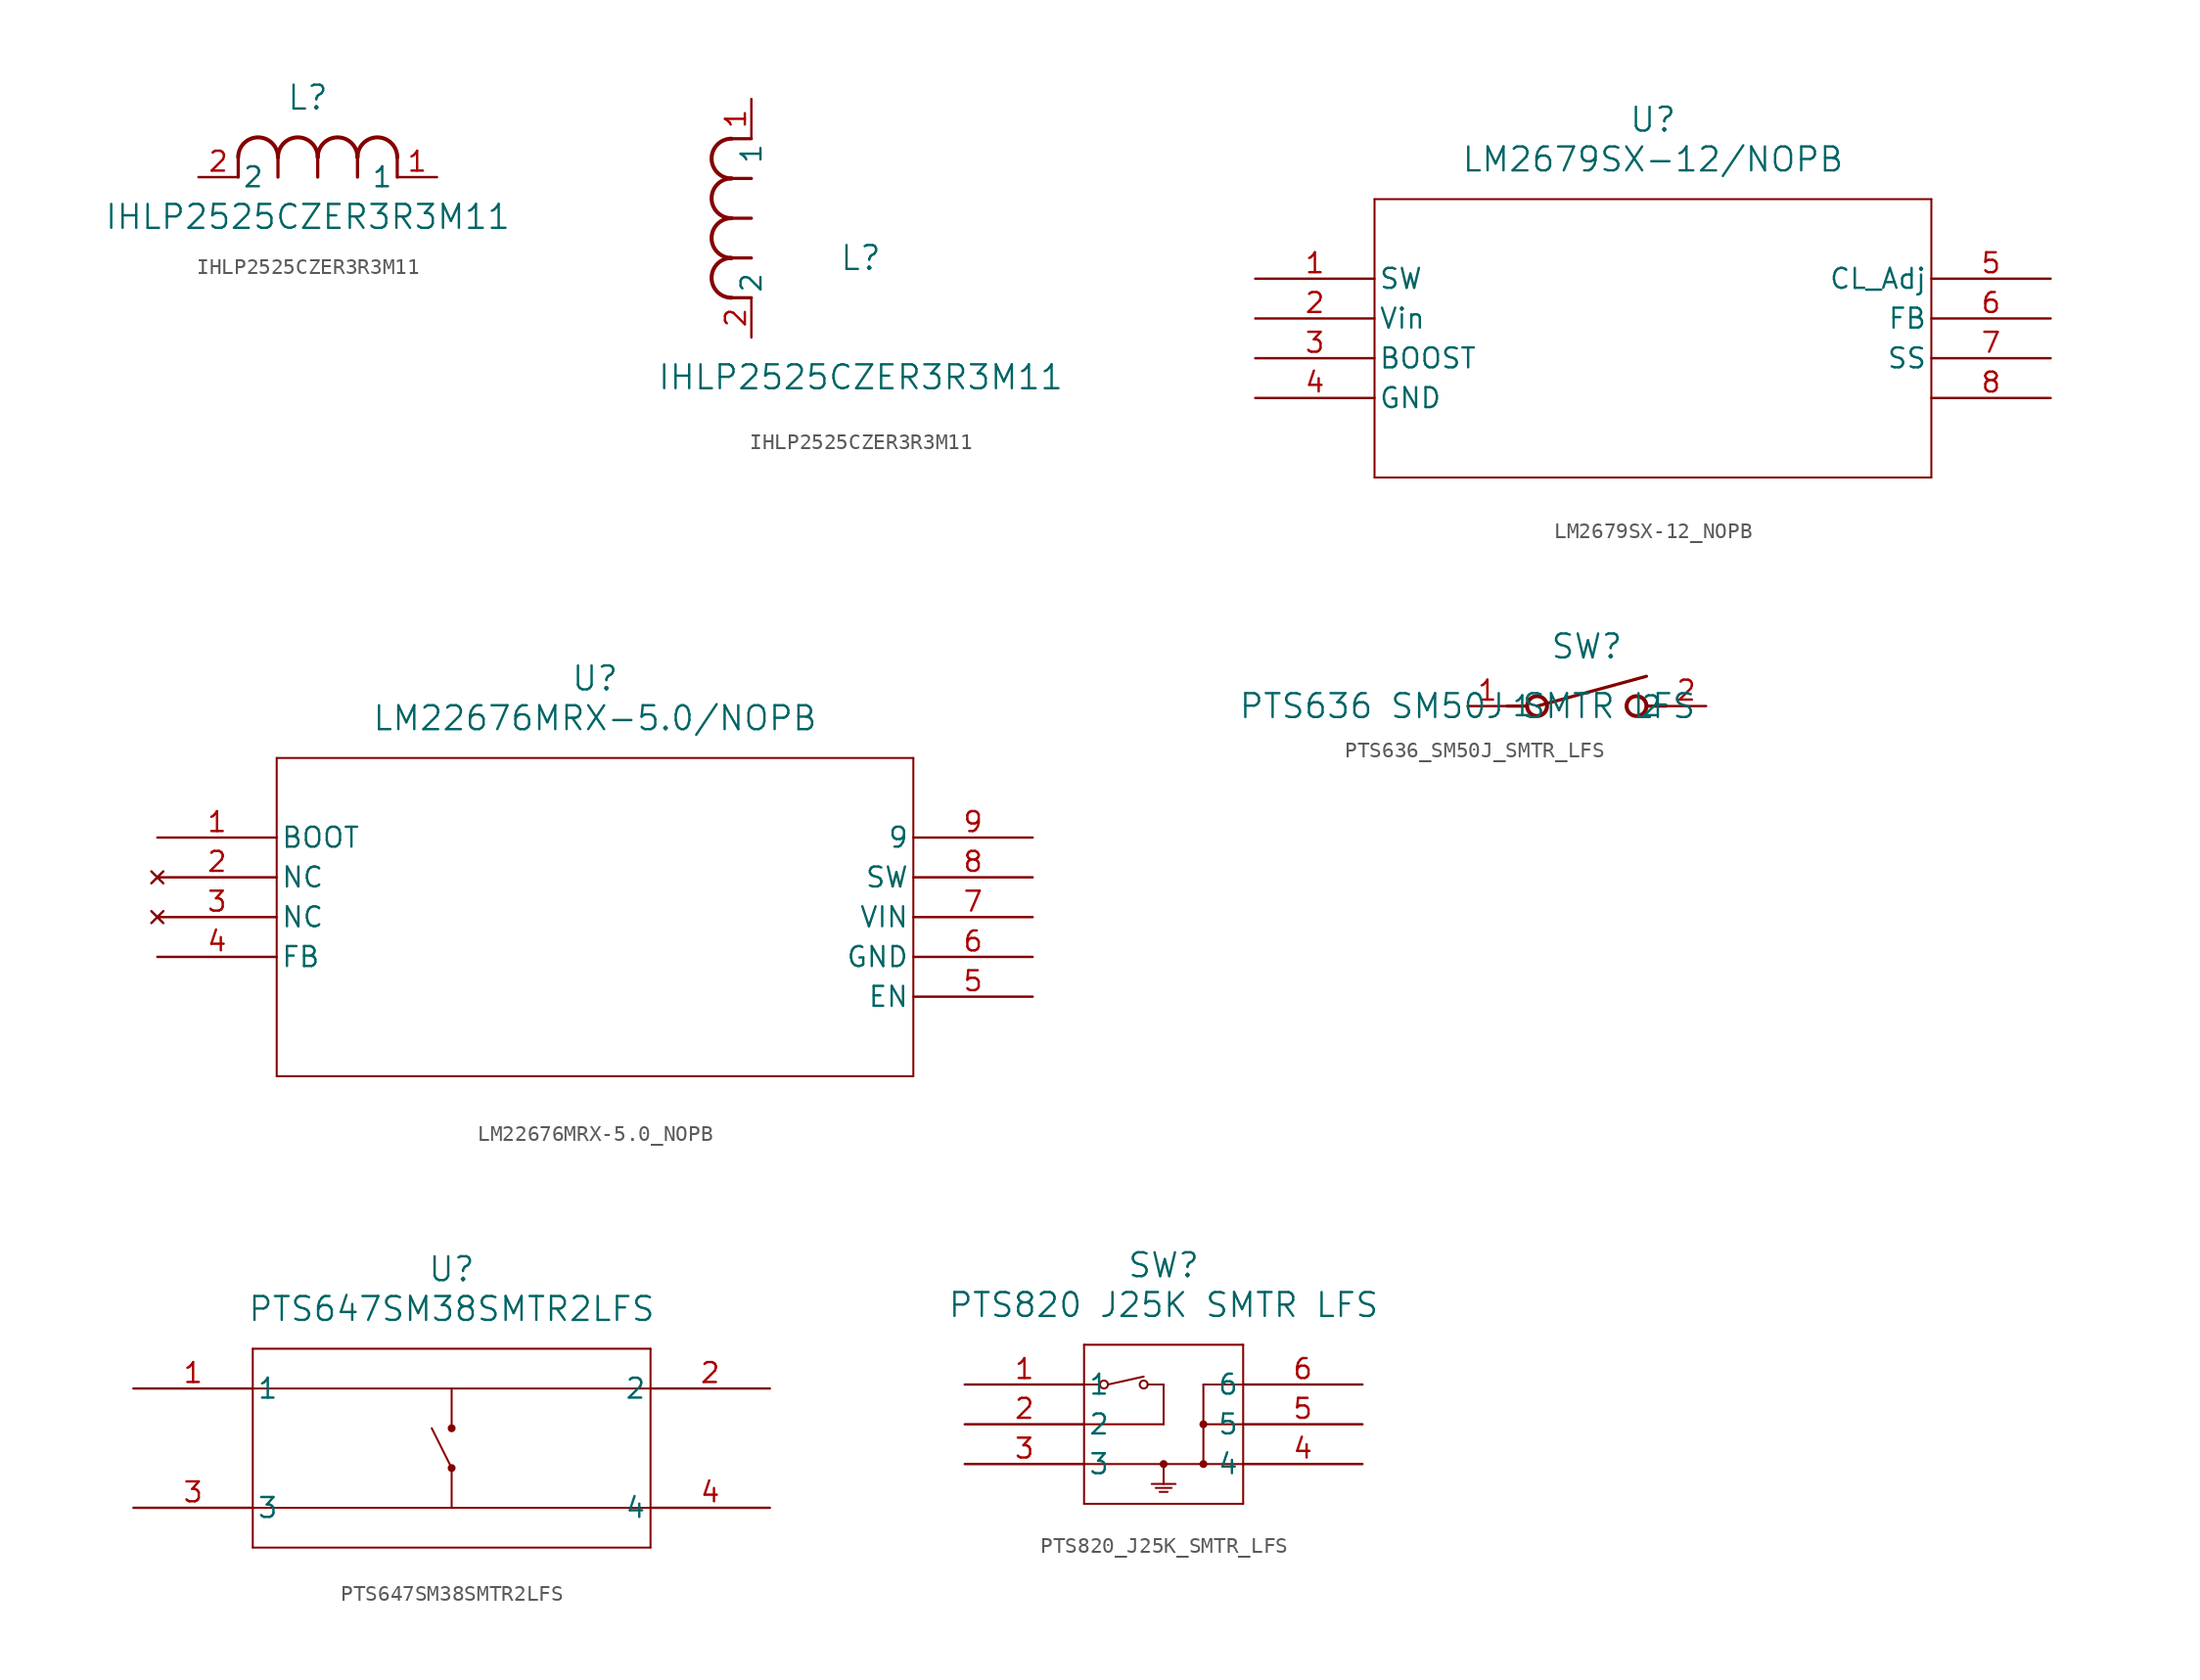
<source format=kicad_sym>
(kicad_symbol_lib
  (version 20231120)
  (generator "kicad_symbol_editor")
  (generator_version "8.0")
  (symbol "IHLP2525CZER3R3M11"
    (pin_names
      (offset 0.254))
    (property "Reference" "L"
      (at 6.985 5.08 0)
      (effects (font (size 1.524 1.524))))
    (property "Value" "IHLP2525CZER3R3M11"
      (at 6.985 -2.54 0)
      (effects (font (size 1.524 1.524))))
    (property "ki_locked" ""
      (at 0 0 0)
      (effects (font (size 1.27 1.27))))
    (symbol "IHLP2525CZER3R3M11_1_1"
      (polyline (pts (xy 2.54 0) (xy 2.54 1.27)) (stroke (width 0.203) (type default)) (fill (type none)))
      (polyline (pts (xy 5.08 0) (xy 5.08 1.27)) (stroke (width 0.203) (type default)) (fill (type none)))
      (polyline (pts (xy 7.62 0) (xy 7.62 1.27)) (stroke (width 0.203) (type default)) (fill (type none)))
      (polyline (pts (xy 10.16 0) (xy 10.16 1.27)) (stroke (width 0.203) (type default)) (fill (type none)))
      (polyline (pts (xy 12.7 0) (xy 12.7 1.27)) (stroke (width 0.203) (type default)) (fill (type none)))
      (arc (start 5.08 1.27) (mid 3.81 2.5344) (end 2.54 1.27) (stroke (width 0.254) (type default)) (fill (type none)))
      (arc (start 7.62 1.27) (mid 6.35 2.5344) (end 5.08 1.27) (stroke (width 0.254) (type default)) (fill (type none)))
      (arc (start 10.16 1.27) (mid 8.89 2.5344) (end 7.62 1.27) (stroke (width 0.254) (type default)) (fill (type none)))
      (arc (start 12.7 1.27) (mid 11.43 2.5344) (end 10.16 1.27) (stroke (width 0.254) (type default)) (fill (type none)))
      (pin unspecified line (at 15.24 0 180) (length 2.54) (name "1" (effects (font (size 1.27 1.27)))) (number "1" (effects (font (size 1.27 1.27)))))
      (pin unspecified line (at 0 0 0) (length 2.54) (name "2" (effects (font (size 1.27 1.27)))) (number "2" (effects (font (size 1.27 1.27))))))
    (symbol "IHLP2525CZER3R3M11_1_2"
      (arc (start -1.27 5.08) (mid -2.5344 3.81) (end -1.27 2.54) (stroke (width 0.254) (type default)) (fill (type none)))
      (arc (start -1.27 7.62) (mid -2.5344 6.35) (end -1.27 5.08) (stroke (width 0.254) (type default)) (fill (type none)))
      (arc (start -1.27 10.16) (mid -2.5344 8.89) (end -1.27 7.62) (stroke (width 0.254) (type default)) (fill (type none)))
      (arc (start -1.27 12.7) (mid -2.5344 11.43) (end -1.27 10.16) (stroke (width 0.254) (type default)) (fill (type none)))
      (polyline (pts (xy 0 2.54) (xy -1.27 2.54)) (stroke (width 0.203) (type default)) (fill (type none)))
      (polyline (pts (xy 0 5.08) (xy -1.27 5.08)) (stroke (width 0.203) (type default)) (fill (type none)))
      (polyline (pts (xy 0 7.62) (xy -1.27 7.62)) (stroke (width 0.203) (type default)) (fill (type none)))
      (polyline (pts (xy 0 10.16) (xy -1.27 10.16)) (stroke (width 0.203) (type default)) (fill (type none)))
      (polyline (pts (xy 0 12.7) (xy -1.27 12.7)) (stroke (width 0.203) (type default)) (fill (type none)))
      (pin unspecified line (at 0 15.24 270) (length 2.54) (name "1" (effects (font (size 1.27 1.27)))) (number "1" (effects (font (size 1.27 1.27)))))
      (pin unspecified line (at 0 0 90) (length 2.54) (name "2" (effects (font (size 1.27 1.27)))) (number "2" (effects (font (size 1.27 1.27)))))))
  (symbol "LM2679SX-12_NOPB"
    (pin_names
      (offset 0.254))
    (property "Reference" "U"
      (at 25.4 10.16 0)
      (effects (font (size 1.524 1.524))))
    (property "Value" "LM2679SX-12/NOPB"
      (at 25.4 7.62 0)
      (effects (font (size 1.524 1.524))))
    (symbol "LM2679SX-12_NOPB_0_1"
      (polyline (pts (xy 7.62 -12.7) (xy 43.18 -12.7)) (stroke (width 0.127) (type default)) (fill (type none)))
      (polyline (pts (xy 7.62 5.08) (xy 7.62 -12.7)) (stroke (width 0.127) (type default)) (fill (type none)))
      (polyline (pts (xy 43.18 -12.7) (xy 43.18 5.08)) (stroke (width 0.127) (type default)) (fill (type none)))
      (polyline (pts (xy 43.18 5.08) (xy 7.62 5.08)) (stroke (width 0.127) (type default)) (fill (type none)))
      (pin output line (at 0 0 0) (length 7.62) (name "SW" (effects (font (size 1.27 1.27)))) (number "1" (effects (font (size 1.27 1.27)))))
      (pin input line (at 0 -2.54 0) (length 7.62) (name "Vin" (effects (font (size 1.27 1.27)))) (number "2" (effects (font (size 1.27 1.27)))))
      (pin passive line (at 0 -5.08 0) (length 7.62) (name "BOOST" (effects (font (size 1.27 1.27)))) (number "3" (effects (font (size 1.27 1.27)))))
      (pin passive line (at 0 -7.62 0) (length 7.62) (name "GND" (effects (font (size 1.27 1.27)))) (number "4" (effects (font (size 1.27 1.27)))))
      (pin passive line (at 50.8 0 180) (length 7.62) (name "CL_Adj" (effects (font (size 1.27 1.27)))) (number "5" (effects (font (size 1.27 1.27)))))
      (pin passive line (at 50.8 -2.54 180) (length 7.62) (name "FB" (effects (font (size 1.27 1.27)))) (number "6" (effects (font (size 1.27 1.27)))))
      (pin passive line (at 50.8 -5.08 180) (length 7.62) (name "SS" (effects (font (size 1.27 1.27)))) (number "7" (effects (font (size 1.27 1.27)))))
      (pin unspecified line (at 50.8 -7.62 180) (length 7.62) (name "" (effects (font (size 1.27 1.27)))) (number "8" (effects (font (size 1.27 1.27)))))))
  (symbol "LM22676MRX-5.0_NOPB"
    (pin_names
      (offset 0.254))
    (property "Reference" "U"
      (at 27.94 10.16 0)
      (effects (font (size 1.524 1.524))))
    (property "Value" "LM22676MRX-5.0/NOPB"
      (at 27.94 7.62 0)
      (effects (font (size 1.524 1.524))))
    (symbol "LM22676MRX-5.0_NOPB_0_1"
      (polyline (pts (xy 7.62 -15.24) (xy 48.26 -15.24)) (stroke (width 0.127) (type default)) (fill (type none)))
      (polyline (pts (xy 7.62 5.08) (xy 7.62 -15.24)) (stroke (width 0.127) (type default)) (fill (type none)))
      (polyline (pts (xy 48.26 -15.24) (xy 48.26 5.08)) (stroke (width 0.127) (type default)) (fill (type none)))
      (polyline (pts (xy 48.26 5.08) (xy 7.62 5.08)) (stroke (width 0.127) (type default)) (fill (type none)))
      (pin input line (at 0 0 0) (length 7.62) (name "BOOT" (effects (font (size 1.27 1.27)))) (number "1" (effects (font (size 1.27 1.27)))))
      (pin no_connect line (at 0 -2.54 0) (length 7.62) (name "NC" (effects (font (size 1.27 1.27)))) (number "2" (effects (font (size 1.27 1.27)))))
      (pin no_connect line (at 0 -5.08 0) (length 7.62) (name "NC" (effects (font (size 1.27 1.27)))) (number "3" (effects (font (size 1.27 1.27)))))
      (pin input line (at 0 -7.62 0) (length 7.62) (name "FB" (effects (font (size 1.27 1.27)))) (number "4" (effects (font (size 1.27 1.27)))))
      (pin unspecified line (at 55.88 -10.16 180) (length 7.62) (name "EN" (effects (font (size 1.27 1.27)))) (number "5" (effects (font (size 1.27 1.27)))))
      (pin power_in line (at 55.88 -7.62 180) (length 7.62) (name "GND" (effects (font (size 1.27 1.27)))) (number "6" (effects (font (size 1.27 1.27)))))
      (pin input line (at 55.88 -5.08 180) (length 7.62) (name "VIN" (effects (font (size 1.27 1.27)))) (number "7" (effects (font (size 1.27 1.27)))))
      (pin unspecified line (at 55.88 -2.54 180) (length 7.62) (name "SW" (effects (font (size 1.27 1.27)))) (number "8" (effects (font (size 1.27 1.27)))))
      (pin unspecified line (at 55.88 0 180) (length 7.62) (name "9" (effects (font (size 1.27 1.27)))) (number "9" (effects (font (size 1.27 1.27)))))))
  (symbol "PTS636_SM50J_SMTR_LFS"
    (pin_names
      (offset 0.254))
    (property "Reference" "SW"
      (at 7.62 3.81 0)
      (effects (font (size 1.524 1.524))))
    (property "Value" "PTS636 SM50J SMTR LFS"
      (at 0 0 0)
      (effects (font (size 1.524 1.524))))
    (symbol "PTS636_SM50J_SMTR_LFS_0_1"
      (polyline (pts (xy 2.54 0) (xy 3.81 0)) (stroke (width 0.203) (type default)) (fill (type none)))
      (polyline (pts (xy 4.445 0) (xy 11.43 1.905)) (stroke (width 0.203) (type default)) (fill (type none)))
      (polyline (pts (xy 12.7 0) (xy 11.43 0)) (stroke (width 0.203) (type default)) (fill (type none)))
      (circle (center 4.445 0) (radius 0.635) (stroke (width 0.254) (type default)) (fill (type none)))
      (circle (center 10.795 0) (radius 0.635) (stroke (width 0.254) (type default)) (fill (type none)))
      (pin unspecified line (at 0 0 0) (length 2.54) (name "1" (effects (font (size 1.27 1.27)))) (number "1" (effects (font (size 1.27 1.27)))))
      (pin unspecified line (at 15.24 0 180) (length 2.54) (name "2" (effects (font (size 1.27 1.27)))) (number "2" (effects (font (size 1.27 1.27)))))))
  (symbol "PTS647SM38SMTR2LFS"
    (pin_names
      (offset 0.254))
    (property "Reference" "U"
      (at 20.32 7.62 0)
      (effects (font (size 1.524 1.524))))
    (property "Value" "PTS647SM38SMTR2LFS"
      (at 20.32 5.08 0)
      (effects (font (size 1.524 1.524))))
    (symbol "PTS647SM38SMTR2LFS_0_1"
      (polyline (pts (xy 7.62 -10.16) (xy 33.02 -10.16)) (stroke (width 0.127) (type default)) (fill (type none)))
      (polyline (pts (xy 7.62 -7.62) (xy 33.02 -7.62)) (stroke (width 0.127) (type default)) (fill (type none)))
      (polyline (pts (xy 7.62 0) (xy 33.02 0)) (stroke (width 0.127) (type default)) (fill (type none)))
      (polyline (pts (xy 7.62 2.54) (xy 7.62 -10.16)) (stroke (width 0.127) (type default)) (fill (type none)))
      (polyline (pts (xy 20.32 -5.08) (xy 19.05 -2.54)) (stroke (width 0.127) (type default)) (fill (type none)))
      (polyline (pts (xy 20.32 -5.08) (xy 20.32 -7.62)) (stroke (width 0.127) (type default)) (fill (type none)))
      (polyline (pts (xy 20.32 0) (xy 20.32 -2.54)) (stroke (width 0.127) (type default)) (fill (type none)))
      (polyline (pts (xy 33.02 -10.16) (xy 33.02 2.54)) (stroke (width 0.127) (type default)) (fill (type none)))
      (polyline (pts (xy 33.02 2.54) (xy 7.62 2.54)) (stroke (width 0.127) (type default)) (fill (type none)))
      (circle (center 20.32 -5.08) (radius 0.127) (stroke (width 0.254) (type default)) (fill (type none)))
      (circle (center 20.32 -2.54) (radius 0.127) (stroke (width 0.254) (type default)) (fill (type none)))
      (pin unspecified line (at 0 0 0) (length 7.62) (name "1" (effects (font (size 1.27 1.27)))) (number "1" (effects (font (size 1.27 1.27)))))
      (pin unspecified line (at 40.64 0 180) (length 7.62) (name "2" (effects (font (size 1.27 1.27)))) (number "2" (effects (font (size 1.27 1.27)))))
      (pin unspecified line (at 0 -7.62 0) (length 7.62) (name "3" (effects (font (size 1.27 1.27)))) (number "3" (effects (font (size 1.27 1.27)))))
      (pin unspecified line (at 40.64 -7.62 180) (length 7.62) (name "4" (effects (font (size 1.27 1.27)))) (number "4" (effects (font (size 1.27 1.27)))))))
  (symbol "PTS820_J25K_SMTR_LFS"
    (pin_names
      (offset 0.254))
    (property "Reference" "SW"
      (at 12.7 7.62 0)
      (effects (font (size 1.524 1.524))))
    (property "Value" "PTS820 J25K SMTR LFS"
      (at 12.7 5.08 0)
      (effects (font (size 1.524 1.524))))
    (symbol "PTS820_J25K_SMTR_LFS_0_1"
      (polyline (pts (xy 7.62 -7.62) (xy 17.78 -7.62)) (stroke (width 0.127) (type default)) (fill (type none)))
      (polyline (pts (xy 7.62 0) (xy 8.636 0)) (stroke (width 0.127) (type default)) (fill (type none)))
      (polyline (pts (xy 7.62 2.54) (xy 7.62 -7.62)) (stroke (width 0.127) (type default)) (fill (type none)))
      (polyline (pts (xy 9.144 0) (xy 11.43 0.508)) (stroke (width 0.127) (type default)) (fill (type none)))
      (polyline (pts (xy 11.684 0) (xy 12.7 0)) (stroke (width 0.127) (type default)) (fill (type none)))
      (polyline (pts (xy 12.192 -6.604) (xy 13.208 -6.604)) (stroke (width 0.127) (type default)) (fill (type none)))
      (polyline (pts (xy 12.446 -6.858) (xy 12.954 -6.858)) (stroke (width 0.127) (type default)) (fill (type none)))
      (polyline (pts (xy 12.7 -5.08) (xy 12.7 -6.35)) (stroke (width 0.127) (type default)) (fill (type none)))
      (polyline (pts (xy 12.7 -2.54) (xy 7.62 -2.54)) (stroke (width 0.127) (type default)) (fill (type none)))
      (polyline (pts (xy 12.7 0) (xy 12.7 -2.54)) (stroke (width 0.127) (type default)) (fill (type none)))
      (polyline (pts (xy 13.462 -6.35) (xy 11.938 -6.35)) (stroke (width 0.127) (type default)) (fill (type none)))
      (polyline (pts (xy 15.24 0) (xy 15.24 -5.08)) (stroke (width 0.127) (type default)) (fill (type none)))
      (polyline (pts (xy 17.78 -7.62) (xy 17.78 2.54)) (stroke (width 0.127) (type default)) (fill (type none)))
      (polyline (pts (xy 17.78 -5.08) (xy 7.62 -5.08)) (stroke (width 0.127) (type default)) (fill (type none)))
      (polyline (pts (xy 17.78 -2.54) (xy 15.24 -2.54)) (stroke (width 0.127) (type default)) (fill (type none)))
      (polyline (pts (xy 17.78 0) (xy 15.24 0)) (stroke (width 0.127) (type default)) (fill (type none)))
      (polyline (pts (xy 17.78 2.54) (xy 7.62 2.54)) (stroke (width 0.127) (type default)) (fill (type none)))
      (circle (center 8.89 0) (radius 0.254) (stroke (width 0.127) (type default)) (fill (type none)))
      (circle (center 11.43 0) (radius 0.254) (stroke (width 0.127) (type default)) (fill (type none)))
      (circle (center 12.7 -5.08) (radius 0.127) (stroke (width 0.254) (type default)) (fill (type none)))
      (circle (center 15.24 -5.08) (radius 0.127) (stroke (width 0.254) (type default)) (fill (type none)))
      (circle (center 15.24 -2.54) (radius 0.127) (stroke (width 0.254) (type default)) (fill (type none)))
      (pin unspecified line (at 0 0 0) (length 7.62) (name "1" (effects (font (size 1.27 1.27)))) (number "1" (effects (font (size 1.27 1.27)))))
      (pin unspecified line (at 0 -2.54 0) (length 7.62) (name "2" (effects (font (size 1.27 1.27)))) (number "2" (effects (font (size 1.27 1.27)))))
      (pin unspecified line (at 0 -5.08 0) (length 7.62) (name "3" (effects (font (size 1.27 1.27)))) (number "3" (effects (font (size 1.27 1.27)))))
      (pin unspecified line (at 25.4 -5.08 180) (length 7.62) (name "4" (effects (font (size 1.27 1.27)))) (number "4" (effects (font (size 1.27 1.27)))))
      (pin unspecified line (at 25.4 -2.54 180) (length 7.62) (name "5" (effects (font (size 1.27 1.27)))) (number "5" (effects (font (size 1.27 1.27)))))
      (pin unspecified line (at 25.4 0 180) (length 7.62) (name "6" (effects (font (size 1.27 1.27)))) (number "6" (effects (font (size 1.27 1.27))))))))
</source>
